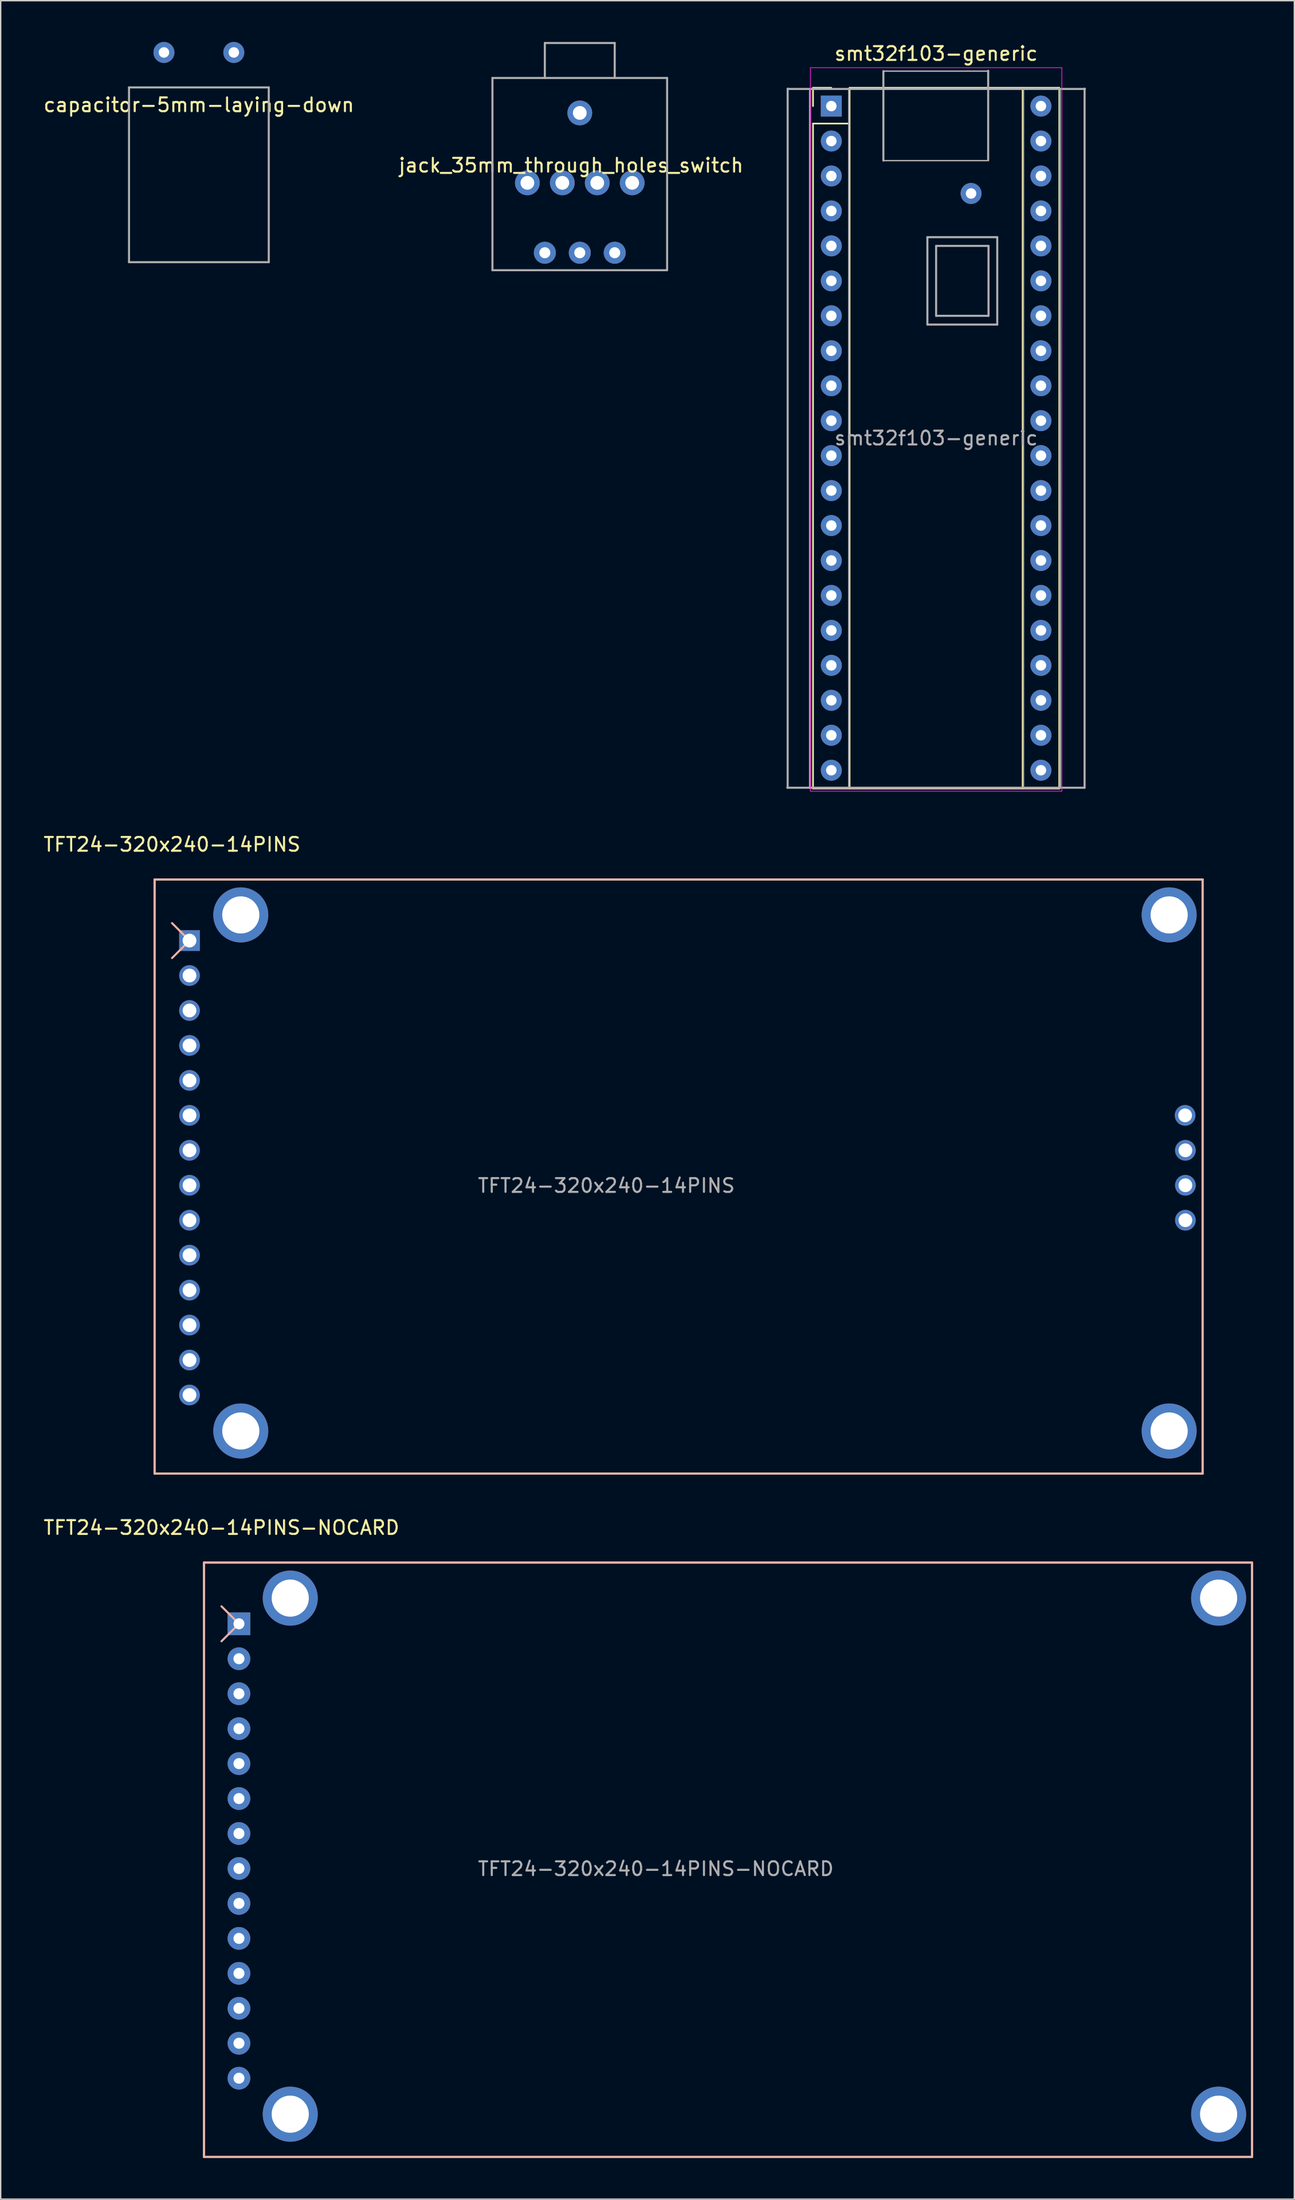
<source format=kicad_pcb>
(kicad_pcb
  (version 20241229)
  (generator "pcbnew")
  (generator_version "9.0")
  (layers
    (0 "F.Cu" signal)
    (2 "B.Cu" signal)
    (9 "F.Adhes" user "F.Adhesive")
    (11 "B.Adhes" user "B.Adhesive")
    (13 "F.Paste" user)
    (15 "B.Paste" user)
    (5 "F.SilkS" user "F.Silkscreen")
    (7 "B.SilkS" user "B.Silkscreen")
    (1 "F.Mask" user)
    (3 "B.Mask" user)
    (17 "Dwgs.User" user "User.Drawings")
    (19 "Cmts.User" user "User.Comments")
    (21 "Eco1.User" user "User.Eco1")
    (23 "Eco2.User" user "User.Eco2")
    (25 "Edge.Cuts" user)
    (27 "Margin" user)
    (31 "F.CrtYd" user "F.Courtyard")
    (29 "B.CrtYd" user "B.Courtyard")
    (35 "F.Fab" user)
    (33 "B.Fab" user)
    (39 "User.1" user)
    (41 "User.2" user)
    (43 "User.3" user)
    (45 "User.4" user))
  (footprint "jack_35mm_through_holes_switch"
    (layer "F.Cu")
    (at 39.105 5.155)
    (property "Reference" "jack_35mm_through_holes_switch" (at -0.635 3.81 0) (layer "F.SilkS") (effects (font (size 1 1) (thickness 0.15))))
    (attr through_hole)
    (fp_line (start -6.35 -2.54) (end 6.35 -2.54) (stroke (width 0.15) (type solid)) (layer "F.Fab"))
    (fp_line (start -6.35 11.43) (end -6.35 -2.54) (stroke (width 0.15) (type solid)) (layer "F.Fab"))
    (fp_line (start -6.35 11.43) (end 6.35 11.43) (stroke (width 0.15) (type solid)) (layer "F.Fab"))
    (fp_line (start -2.54 -5.08) (end 2.54 -5.08) (stroke (width 0.15) (type solid)) (layer "F.Fab"))
    (fp_line (start -2.54 -2.54) (end -2.54 -5.08) (stroke (width 0.15) (type solid)) (layer "F.Fab"))
    (fp_line (start 2.54 -5.08) (end 2.54 -2.54) (stroke (width 0.15) (type solid)) (layer "F.Fab"))
    (fp_line (start 6.35 -2.54) (end 6.35 11.43) (stroke (width 0.15) (type solid)) (layer "F.Fab"))
    (pad "1" thru_hole circle (at -3.81 5.08) (size 1.8 1.8) (drill 1) (layers "*.Cu" "*.Mask"))
    (pad "2" thru_hole circle (at 3.81 5.08) (size 1.8 1.8) (drill 1) (layers "*.Cu" "*.Mask"))
    (pad "3" thru_hole circle (at 0 0) (size 1.8 1.8) (drill 1) (layers "*.Cu" "*.Mask"))
    (pad "4" thru_hole circle (at -1.27 5.08) (size 1.8 1.8) (drill 1) (layers "*.Cu" "*.Mask"))
    (pad "5" thru_hole circle (at 1.27 5.08) (size 1.8 1.8) (drill 1) (layers "*.Cu" "*.Mask"))
    (pad "6" thru_hole circle (at -2.54 10.16) (size 1.6 1.6) (drill 0.8) (layers "*.Cu" "*.Mask"))
    (pad "7" thru_hole circle (at 0 10.16) (size 1.6 1.6) (drill 0.8) (layers "*.Cu" "*.Mask"))
    (pad "8" thru_hole circle (at 2.54 10.16) (size 1.6 1.6) (drill 0.8) (layers "*.Cu" "*.Mask")))
  (footprint "TFT24-320x240-14PINS"
    (layer "F.Cu")
    (at 10.728 65.296)
    (property "Reference" "TFT24-320x240-14PINS" (at -1.27 -6.985 0) (layer "F.SilkS") (effects (font (size 1 1) (thickness 0.15))))
    (attr through_hole)
    (fp_line (start -2.54 -4.445) (end 73.66 -4.445) (stroke (width 0.15) (type solid)) (layer "F.SilkS"))
    (fp_line (start -2.54 38.735) (end -2.54 -4.445) (stroke (width 0.15) (type solid)) (layer "F.SilkS"))
    (fp_line (start 73.66 -4.445) (end 73.66 37.465) (stroke (width 0.15) (type solid)) (layer "F.SilkS"))
    (fp_line (start 73.66 37.465) (end 73.66 38.735) (stroke (width 0.15) (type solid)) (layer "F.SilkS"))
    (fp_line (start 73.66 38.735) (end -2.54 38.735) (stroke (width 0.15) (type solid)) (layer "F.SilkS"))
    (fp_line (start -2.54 -4.445) (end 73.66 -4.445) (stroke (width 0.15) (type solid)) (layer "B.SilkS"))
    (fp_line (start -2.54 38.735) (end -2.54 -4.445) (stroke (width 0.15) (type solid)) (layer "B.SilkS"))
    (fp_line (start -1.27 -1.27) (end 0 0) (stroke (width 0.15) (type solid)) (layer "B.SilkS"))
    (fp_line (start 0 0) (end -1.27 1.27) (stroke (width 0.15) (type solid)) (layer "B.SilkS"))
    (fp_line (start 73.66 -4.445) (end 73.66 38.735) (stroke (width 0.15) (type solid)) (layer "B.SilkS"))
    (fp_line (start 73.66 38.735) (end -2.54 38.735) (stroke (width 0.15) (type solid)) (layer "B.SilkS"))
    (fp_text user "${REFERENCE}" (at 30.31 17.805 0) (layer "F.Fab") (effects (font (size 1 1) (thickness 0.15))))
    (pad "" thru_hole circle (at 3.73 -1.865) (size 4 4) (drill 2.7) (layers "*.Cu" "*.Mask"))
    (pad "" thru_hole circle (at 3.73 35.635) (size 4 4) (drill 2.7) (layers "*.Cu" "*.Mask"))
    (pad "" thru_hole circle (at 71.23 -1.865) (size 4 4) (drill 2.7) (layers "*.Cu" "*.Mask"))
    (pad "" thru_hole circle (at 71.23 35.635) (size 4 4) (drill 2.7) (layers "*.Cu" "*.Mask"))
    (pad "1" thru_hole rect (at 0 0) (size 1.5 1.5) (drill 1) (layers "*.Cu" "*.Mask"))
    (pad "2" thru_hole circle (at 0 2.54) (size 1.5 1.5) (drill 1) (layers "*.Cu" "*.Mask"))
    (pad "3" thru_hole circle (at 0 5.08) (size 1.5 1.5) (drill 1) (layers "*.Cu" "*.Mask"))
    (pad "4" thru_hole circle (at 0 7.62) (size 1.5 1.5) (drill 1) (layers "*.Cu" "*.Mask"))
    (pad "5" thru_hole circle (at 0 10.16) (size 1.5 1.5) (drill 1) (layers "*.Cu" "*.Mask"))
    (pad "6" thru_hole circle (at 0 12.7) (size 1.5 1.5) (drill 1) (layers "*.Cu" "*.Mask"))
    (pad "7" thru_hole circle (at 0 15.24) (size 1.5 1.5) (drill 1) (layers "*.Cu" "*.Mask"))
    (pad "8" thru_hole circle (at 0 17.78) (size 1.5 1.5) (drill 1) (layers "*.Cu" "*.Mask"))
    (pad "9" thru_hole circle (at 0 20.32) (size 1.5 1.5) (drill 1) (layers "*.Cu" "*.Mask"))
    (pad "10" thru_hole circle (at 0 22.86) (size 1.5 1.5) (drill 1) (layers "*.Cu" "*.Mask"))
    (pad "11" thru_hole circle (at 0 25.4) (size 1.5 1.5) (drill 1) (layers "*.Cu" "*.Mask"))
    (pad "12" thru_hole circle (at 0 27.94) (size 1.5 1.5) (drill 1) (layers "*.Cu" "*.Mask"))
    (pad "13" thru_hole circle (at 0 30.48) (size 1.5 1.5) (drill 1) (layers "*.Cu" "*.Mask"))
    (pad "14" thru_hole circle (at 0 33.02) (size 1.5 1.5) (drill 1) (layers "*.Cu" "*.Mask"))
    (pad "15" thru_hole circle (at 72.39 12.7) (size 1.5 1.5) (drill 1) (layers "*.Cu" "*.Mask"))
    (pad "16" thru_hole circle (at 72.41 15.24) (size 1.5 1.5) (drill 1) (layers "*.Cu" "*.Mask"))
    (pad "17" thru_hole circle (at 72.41 17.78) (size 1.5 1.5) (drill 1) (layers "*.Cu" "*.Mask"))
    (pad "18" thru_hole circle (at 72.41 20.32) (size 1.5 1.5) (drill 1) (layers "*.Cu" "*.Mask")))
  (footprint "TFT24-320x240-14PINS-NOCARD"
    (layer "F.Cu")
    (at 14.324 114.94)
    (property "Reference" "TFT24-320x240-14PINS-NOCARD" (at -1.27 -6.985 0) (layer "F.SilkS") (effects (font (size 1 1) (thickness 0.15))))
    (attr through_hole)
    (fp_line (start -2.54 -4.445) (end 73.66 -4.445) (stroke (width 0.15) (type solid)) (layer "F.SilkS"))
    (fp_line (start -2.54 38.735) (end -2.54 -4.445) (stroke (width 0.15) (type solid)) (layer "F.SilkS"))
    (fp_line (start 73.66 -4.445) (end 73.66 37.465) (stroke (width 0.15) (type solid)) (layer "F.SilkS"))
    (fp_line (start 73.66 37.465) (end 73.66 38.735) (stroke (width 0.15) (type solid)) (layer "F.SilkS"))
    (fp_line (start 73.66 38.735) (end -2.54 38.735) (stroke (width 0.15) (type solid)) (layer "F.SilkS"))
    (fp_line (start -2.54 -4.445) (end 73.66 -4.445) (stroke (width 0.15) (type solid)) (layer "B.SilkS"))
    (fp_line (start -2.54 38.735) (end -2.54 -4.445) (stroke (width 0.15) (type solid)) (layer "B.SilkS"))
    (fp_line (start -1.27 -1.27) (end 0 0) (stroke (width 0.15) (type solid)) (layer "B.SilkS"))
    (fp_line (start 0 0) (end -1.27 1.27) (stroke (width 0.15) (type solid)) (layer "B.SilkS"))
    (fp_line (start 73.66 -4.445) (end 73.66 38.735) (stroke (width 0.15) (type solid)) (layer "B.SilkS"))
    (fp_line (start 73.66 38.735) (end -2.54 38.735) (stroke (width 0.15) (type solid)) (layer "B.SilkS"))
    (fp_text user "${REFERENCE}" (at 30.31 17.805 0) (layer "F.Fab") (effects (font (size 1 1) (thickness 0.15))))
    (pad "" thru_hole circle (at 3.73 -1.865) (size 4 4) (drill 2.7) (layers "*.Cu" "*.Mask"))
    (pad "" thru_hole circle (at 3.73 35.635) (size 4 4) (drill 2.7) (layers "*.Cu" "*.Mask"))
    (pad "" thru_hole circle (at 71.23 -1.865) (size 4 4) (drill 2.7) (layers "*.Cu" "*.Mask"))
    (pad "" thru_hole circle (at 71.23 35.635) (size 4 4) (drill 2.7) (layers "*.Cu" "*.Mask"))
    (pad "1" thru_hole rect (at 0 0) (size 1.65 1.65) (drill 0.8) (layers "*.Cu" "*.Mask"))
    (pad "2" thru_hole circle (at 0 2.54) (size 1.65 1.65) (drill 0.8) (layers "*.Cu" "*.Mask"))
    (pad "3" thru_hole circle (at 0 5.08) (size 1.65 1.65) (drill 0.8) (layers "*.Cu" "*.Mask"))
    (pad "4" thru_hole circle (at 0 7.62) (size 1.65 1.65) (drill 0.8) (layers "*.Cu" "*.Mask"))
    (pad "5" thru_hole circle (at 0 10.16) (size 1.65 1.65) (drill 0.8) (layers "*.Cu" "*.Mask"))
    (pad "6" thru_hole circle (at 0 12.7) (size 1.65 1.65) (drill 0.8) (layers "*.Cu" "*.Mask"))
    (pad "7" thru_hole circle (at 0 15.24) (size 1.65 1.65) (drill 0.8) (layers "*.Cu" "*.Mask"))
    (pad "8" thru_hole circle (at 0 17.78) (size 1.65 1.65) (drill 0.8) (layers "*.Cu" "*.Mask"))
    (pad "9" thru_hole circle (at 0 20.32) (size 1.65 1.65) (drill 0.8) (layers "*.Cu" "*.Mask"))
    (pad "10" thru_hole circle (at 0 22.86) (size 1.65 1.65) (drill 0.8) (layers "*.Cu" "*.Mask"))
    (pad "11" thru_hole circle (at 0 25.4) (size 1.65 1.65) (drill 0.8) (layers "*.Cu" "*.Mask"))
    (pad "12" thru_hole circle (at 0 27.94) (size 1.65 1.65) (drill 0.8) (layers "*.Cu" "*.Mask"))
    (pad "13" thru_hole circle (at 0 30.48) (size 1.65 1.65) (drill 0.8) (layers "*.Cu" "*.Mask"))
    (pad "14" thru_hole circle (at 0 33.02) (size 1.65 1.65) (drill 0.8) (layers "*.Cu" "*.Mask")))
  (footprint "smt32f103-generic"
    (layer "F.Cu")
    (at 57.394 4.658)
    (property "Reference" "smt32f103-generic" (at 7.62 -3.81 0) (layer "F.SilkS") (effects (font (size 1 1) (thickness 0.15))))
    (attr through_hole)
    (fp_line (start -1.33 -1.33) (end -1.33 0) (stroke (width 0.12) (type solid)) (layer "F.SilkS"))
    (fp_line (start -1.33 1.27) (end 1.33 1.27) (stroke (width 0.12) (type solid)) (layer "F.SilkS"))
    (fp_line (start -1.33 49.59) (end -1.33 1.27) (stroke (width 0.12) (type solid)) (layer "F.SilkS"))
    (fp_line (start 0 -1.33) (end -1.33 -1.33) (stroke (width 0.12) (type solid)) (layer "F.SilkS"))
    (fp_line (start 1.33 -1.33) (end 1.33 49.59) (stroke (width 0.12) (type solid)) (layer "F.SilkS"))
    (fp_line (start 1.33 -1.33) (end 16.57 -1.33) (stroke (width 0.12) (type solid)) (layer "F.SilkS"))
    (fp_line (start 13.91 49.59) (end 13.91 -1.33) (stroke (width 0.12) (type solid)) (layer "F.SilkS"))
    (fp_line (start 16.57 -1.33) (end 16.57 49.59) (stroke (width 0.12) (type solid)) (layer "F.SilkS"))
    (fp_line (start 16.57 49.59) (end -1.33 49.59) (stroke (width 0.12) (type solid)) (layer "F.SilkS"))
    (fp_line (start -1.52 -2.79) (end 16.76 -2.79) (stroke (width 0.05) (type solid)) (layer "F.CrtYd"))
    (fp_line (start -1.52 49.78) (end -1.52 -2.79) (stroke (width 0.05) (type solid)) (layer "F.CrtYd"))
    (fp_line (start 16.76 -2.79) (end 16.76 49.78) (stroke (width 0.05) (type solid)) (layer "F.CrtYd"))
    (fp_line (start 16.76 49.78) (end -1.52 49.78) (stroke (width 0.05) (type solid)) (layer "F.CrtYd"))
    (fp_line (start -3.2 49.53) (end 18.415 49.53) (stroke (width 0.15) (type solid)) (layer "F.Fab"))
    (fp_line (start -3.175 49.53) (end -3.175 -1.27) (stroke (width 0.15) (type solid)) (layer "F.Fab"))
    (fp_line (start -3.15 -1.245) (end 18.44 -1.245) (stroke (width 0.15) (type solid)) (layer "F.Fab"))
    (fp_line (start -1.549 -1.118) (end -1.549 49.555) (stroke (width 0.15) (type solid)) (layer "F.Fab"))
    (fp_line (start 1.27 -1.27) (end 1.27 49.53) (stroke (width 0.1) (type solid)) (layer "F.Fab"))
    (fp_line (start 3.785 -2.54) (end 3.785 3.962) (stroke (width 0.15) (type solid)) (layer "F.Fab"))
    (fp_line (start 3.81 -2.54) (end 11.43 -2.54) (stroke (width 0.1) (type solid)) (layer "F.Fab"))
    (fp_line (start 3.81 3.962) (end 11.43 3.962) (stroke (width 0.1) (type solid)) (layer "F.Fab"))
    (fp_line (start 6.985 9.525) (end 12.065 9.525) (stroke (width 0.15) (type solid)) (layer "F.Fab"))
    (fp_line (start 6.985 15.875) (end 6.985 9.525) (stroke (width 0.15) (type solid)) (layer "F.Fab"))
    (fp_line (start 7.62 10.16) (end 11.43 10.16) (stroke (width 0.15) (type solid)) (layer "F.Fab"))
    (fp_line (start 7.62 15.24) (end 7.62 10.16) (stroke (width 0.15) (type solid)) (layer "F.Fab"))
    (fp_line (start 11.405 -2.565) (end 11.405 3.912) (stroke (width 0.15) (type solid)) (layer "F.Fab"))
    (fp_line (start 11.43 10.16) (end 11.43 15.24) (stroke (width 0.15) (type solid)) (layer "F.Fab"))
    (fp_line (start 11.43 15.24) (end 7.62 15.24) (stroke (width 0.15) (type solid)) (layer "F.Fab"))
    (fp_line (start 12.065 9.525) (end 12.065 15.875) (stroke (width 0.15) (type solid)) (layer "F.Fab"))
    (fp_line (start 12.065 15.875) (end 6.985 15.875) (stroke (width 0.15) (type solid)) (layer "F.Fab"))
    (fp_line (start 13.97 -1.27) (end 13.97 49.53) (stroke (width 0.1) (type solid)) (layer "F.Fab"))
    (fp_line (start 16.612 -1.219) (end 16.637 49.454) (stroke (width 0.15) (type solid)) (layer "F.Fab"))
    (fp_line (start 18.415 -1.27) (end 18.415 49.53) (stroke (width 0.15) (type solid)) (layer "F.Fab"))
    (fp_text user "${REFERENCE}" (at 7.62 24.13 0) (layer "F.Fab") (effects (font (size 1 1) (thickness 0.15))))
    (pad "1" thru_hole rect (at 0 0) (size 1.524 1.524) (drill 0.762) (layers "*.Cu" "*.Mask"))
    (pad "2" thru_hole circle (at 0 2.54) (size 1.524 1.524) (drill 0.762) (layers "*.Cu" "*.Mask"))
    (pad "3" thru_hole circle (at 0 5.08) (size 1.524 1.524) (drill 0.762) (layers "*.Cu" "*.Mask"))
    (pad "4" thru_hole circle (at 0 7.62) (size 1.524 1.524) (drill 0.762) (layers "*.Cu" "*.Mask"))
    (pad "5" thru_hole circle (at 0 10.16) (size 1.524 1.524) (drill 0.762) (layers "*.Cu" "*.Mask"))
    (pad "6" thru_hole circle (at 0 12.7) (size 1.524 1.524) (drill 0.762) (layers "*.Cu" "*.Mask"))
    (pad "7" thru_hole circle (at 0 15.24) (size 1.524 1.524) (drill 0.762) (layers "*.Cu" "*.Mask"))
    (pad "8" thru_hole circle (at 0 17.78) (size 1.524 1.524) (drill 0.762) (layers "*.Cu" "*.Mask"))
    (pad "9" thru_hole circle (at 0 20.32) (size 1.524 1.524) (drill 0.762) (layers "*.Cu" "*.Mask"))
    (pad "10" thru_hole circle (at 0 22.86) (size 1.524 1.524) (drill 0.762) (layers "*.Cu" "*.Mask"))
    (pad "11" thru_hole circle (at 0 25.4) (size 1.524 1.524) (drill 0.762) (layers "*.Cu" "*.Mask"))
    (pad "12" thru_hole circle (at 0 27.94) (size 1.524 1.524) (drill 0.762) (layers "*.Cu" "*.Mask"))
    (pad "13" thru_hole circle (at 0 30.48) (size 1.524 1.524) (drill 0.762) (layers "*.Cu" "*.Mask"))
    (pad "14" thru_hole circle (at 0 33.02) (size 1.524 1.524) (drill 0.762) (layers "*.Cu" "*.Mask"))
    (pad "15" thru_hole circle (at 0 35.56) (size 1.524 1.524) (drill 0.762) (layers "*.Cu" "*.Mask"))
    (pad "16" thru_hole circle (at 0 38.1) (size 1.524 1.524) (drill 0.762) (layers "*.Cu" "*.Mask"))
    (pad "17" thru_hole circle (at 0 40.64) (size 1.524 1.524) (drill 0.762) (layers "*.Cu" "*.Mask"))
    (pad "18" thru_hole circle (at 0 43.18) (size 1.524 1.524) (drill 0.762) (layers "*.Cu" "*.Mask"))
    (pad "19" thru_hole circle (at 0 45.72) (size 1.524 1.524) (drill 0.762) (layers "*.Cu" "*.Mask"))
    (pad "20" thru_hole circle (at 0 48.26) (size 1.524 1.524) (drill 0.762) (layers "*.Cu" "*.Mask"))
    (pad "21" thru_hole circle (at 15.24 48.26) (size 1.524 1.524) (drill 0.762) (layers "*.Cu" "*.Mask"))
    (pad "22" thru_hole circle (at 15.24 45.72) (size 1.524 1.524) (drill 0.762) (layers "*.Cu" "*.Mask"))
    (pad "23" thru_hole circle (at 15.24 43.18) (size 1.524 1.524) (drill 0.762) (layers "*.Cu" "*.Mask"))
    (pad "24" thru_hole circle (at 15.24 40.64) (size 1.524 1.524) (drill 0.762) (layers "*.Cu" "*.Mask"))
    (pad "25" thru_hole circle (at 15.24 38.1) (size 1.524 1.524) (drill 0.762) (layers "*.Cu" "*.Mask"))
    (pad "26" thru_hole circle (at 15.24 35.56) (size 1.524 1.524) (drill 0.762) (layers "*.Cu" "*.Mask"))
    (pad "27" thru_hole circle (at 15.24 33.02) (size 1.524 1.524) (drill 0.762) (layers "*.Cu" "*.Mask"))
    (pad "28" thru_hole circle (at 15.24 30.48) (size 1.524 1.524) (drill 0.762) (layers "*.Cu" "*.Mask"))
    (pad "29" thru_hole circle (at 15.24 27.94) (size 1.524 1.524) (drill 0.762) (layers "*.Cu" "*.Mask"))
    (pad "30" thru_hole circle (at 15.24 25.4) (size 1.524 1.524) (drill 0.762) (layers "*.Cu" "*.Mask"))
    (pad "31" thru_hole circle (at 15.24 22.86) (size 1.524 1.524) (drill 0.762) (layers "*.Cu" "*.Mask"))
    (pad "32" thru_hole circle (at 15.24 20.32) (size 1.524 1.524) (drill 0.762) (layers "*.Cu" "*.Mask"))
    (pad "33" thru_hole circle (at 15.24 17.78) (size 1.524 1.524) (drill 0.762) (layers "*.Cu" "*.Mask"))
    (pad "34" thru_hole circle (at 15.24 15.24) (size 1.524 1.524) (drill 0.762) (layers "*.Cu" "*.Mask"))
    (pad "35" thru_hole circle (at 15.24 12.7) (size 1.524 1.524) (drill 0.762) (layers "*.Cu" "*.Mask"))
    (pad "36" thru_hole circle (at 15.24 10.16) (size 1.524 1.524) (drill 0.762) (layers "*.Cu" "*.Mask"))
    (pad "37" thru_hole circle (at 15.24 7.62) (size 1.524 1.524) (drill 0.762) (layers "*.Cu" "*.Mask"))
    (pad "38" thru_hole circle (at 15.24 5.08) (size 1.524 1.524) (drill 0.762) (layers "*.Cu" "*.Mask"))
    (pad "39" thru_hole circle (at 15.24 2.54) (size 1.524 1.524) (drill 0.762) (layers "*.Cu" "*.Mask"))
    (pad "40" thru_hole circle (at 15.24 0) (size 1.524 1.524) (drill 0.762) (layers "*.Cu" "*.Mask"))
    (pad "41" thru_hole circle (at 10.16 6.35) (size 1.524 1.524) (drill 0.762) (layers "*.Cu" "*.Mask")))
  (footprint "capacitor-5mm-laying-down"
    (layer "F.Cu")
    (at 11.411 0.762)
    (property "Reference" "capacitor-5mm-laying-down" (at 0 3.81 0) (layer "F.SilkS") (effects (font (size 1 1) (thickness 0.15))))
    (attr through_hole)
    (fp_line (start -5.08 2.54) (end -5.08 15.24) (stroke (width 0.15) (type solid)) (layer "F.Fab"))
    (fp_line (start -5.08 2.54) (end 5.08 2.54) (stroke (width 0.15) (type solid)) (layer "F.Fab"))
    (fp_line (start 5.08 2.54) (end 5.08 15.24) (stroke (width 0.15) (type solid)) (layer "F.Fab"))
    (fp_line (start 5.08 15.24) (end -5.08 15.24) (stroke (width 0.15) (type solid)) (layer "F.Fab"))
    (pad "1" thru_hole circle (at -2.54 0) (size 1.524 1.524) (drill 0.762) (layers "*.Cu" "*.Mask"))
    (pad "2" thru_hole circle (at 2.54 0) (size 1.524 1.524) (drill 0.762) (layers "*.Cu" "*.Mask")))
  (gr_rect
    (start -3 -3)
    (end 91.059 156.75)
    (stroke (width 0.1) (type default))
    (fill no)
    (layer "Edge.Cuts")))
</source>
